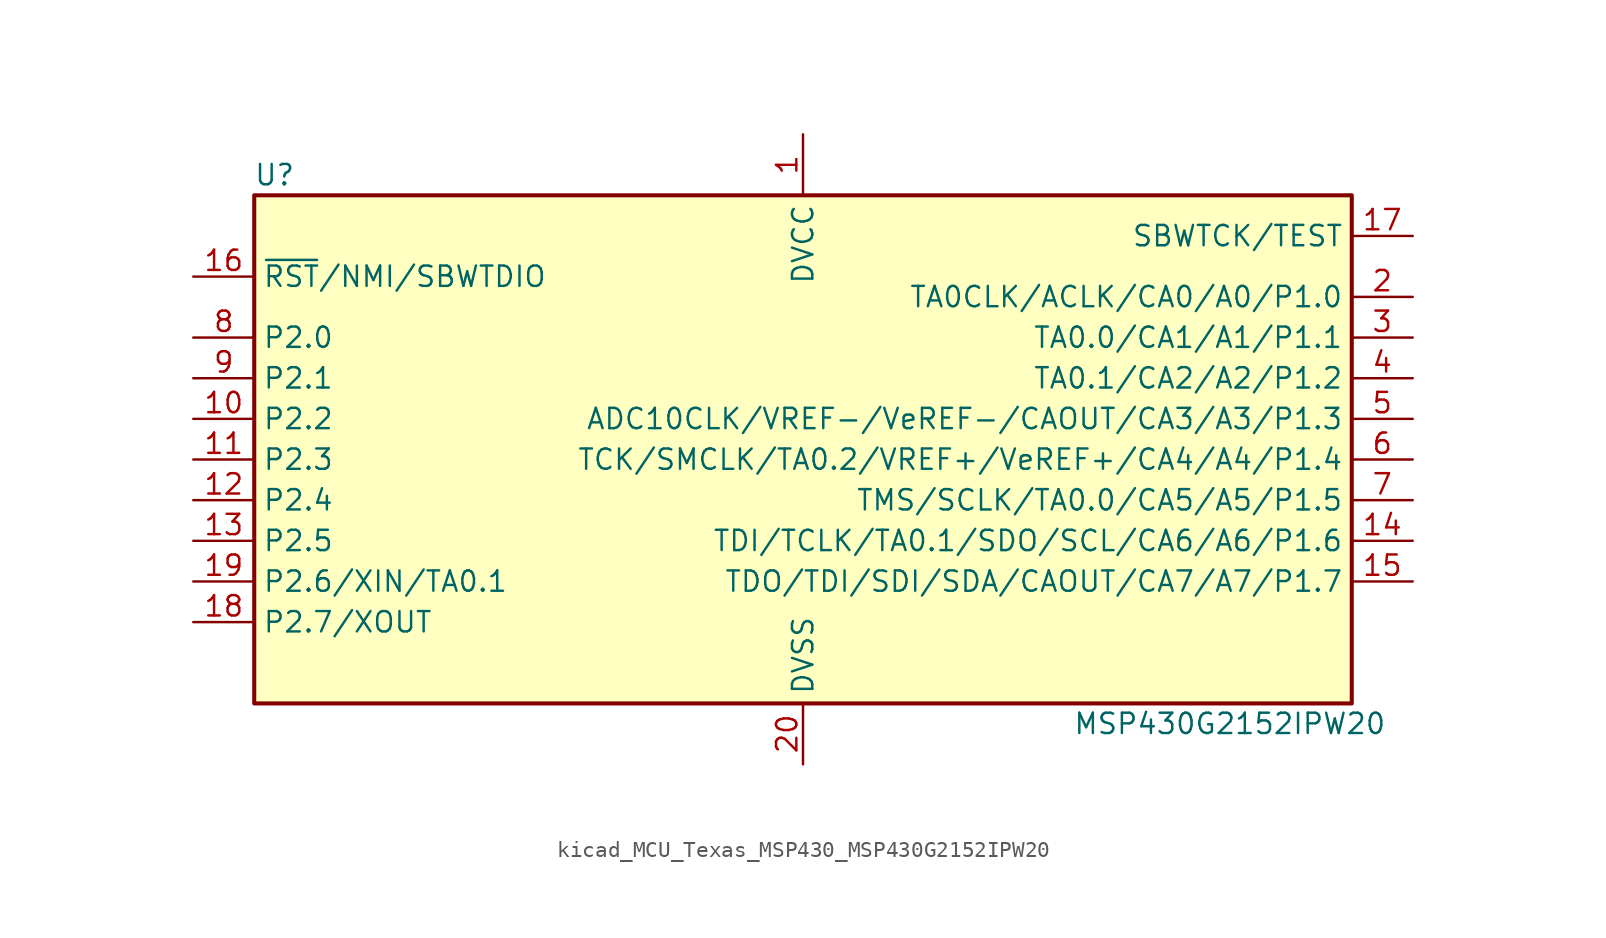
<source format=kicad_sym>
(kicad_symbol_lib
  (version 20220914)
  (generator kicad_symbol_editor)
  (symbol "kicad_MCU_Texas_MSP430_MSP430G2152IPW20"
    (property "Reference" "U"
      (at -33.02 17.78 0)
      (effects (font (size 1.27 1.27))))
    (property "Value" "MSP430G2152IPW20"
      (at 26.67 -16.51 0)
      (effects (font (size 1.27 1.27))))
    (symbol "kicad_MCU_Texas_MSP430_MSP430G2152IPW20_0_1"
      (rectangle (start -34.29 16.51) (end 34.29 -15.24) (stroke (width 0.254) (type default)) (fill (type background))))
    (symbol "kicad_MCU_Texas_MSP430_MSP430G2152IPW20_1_1"
      (pin power_in line (at 0 20.32 270) (length 3.81) (name "DVCC" (effects (font (size 1.27 1.27)))) (number "1" (effects (font (size 1.27 1.27)))))
      (pin bidirectional line (at -38.1 2.54 0) (length 3.81) (name "P2.2" (effects (font (size 1.27 1.27)))) (number "10" (effects (font (size 1.27 1.27)))))
      (pin bidirectional line (at -38.1 0 0) (length 3.81) (name "P2.3" (effects (font (size 1.27 1.27)))) (number "11" (effects (font (size 1.27 1.27)))))
      (pin bidirectional line (at -38.1 -2.54 0) (length 3.81) (name "P2.4" (effects (font (size 1.27 1.27)))) (number "12" (effects (font (size 1.27 1.27)))))
      (pin bidirectional line (at -38.1 -5.08 0) (length 3.81) (name "P2.5" (effects (font (size 1.27 1.27)))) (number "13" (effects (font (size 1.27 1.27)))))
      (pin bidirectional line (at 38.1 -5.08 180) (length 3.81) (name "TDI/TCLK/TA0.1/SDO/SCL/CA6/A6/P1.6" (effects (font (size 1.27 1.27)))) (number "14" (effects (font (size 1.27 1.27)))))
      (pin bidirectional line (at 38.1 -7.62 180) (length 3.81) (name "TDO/TDI/SDI/SDA/CAOUT/CA7/A7/P1.7" (effects (font (size 1.27 1.27)))) (number "15" (effects (font (size 1.27 1.27)))))
      (pin input line (at -38.1 11.43 0) (length 3.81) (name "~{RST}/NMI/SBWTDIO" (effects (font (size 1.27 1.27)))) (number "16" (effects (font (size 1.27 1.27)))))
      (pin input line (at 38.1 13.97 180) (length 3.81) (name "SBWTCK/TEST" (effects (font (size 1.27 1.27)))) (number "17" (effects (font (size 1.27 1.27)))))
      (pin bidirectional line (at -38.1 -10.16 0) (length 3.81) (name "P2.7/XOUT" (effects (font (size 1.27 1.27)))) (number "18" (effects (font (size 1.27 1.27)))))
      (pin bidirectional line (at -38.1 -7.62 0) (length 3.81) (name "P2.6/XIN/TA0.1" (effects (font (size 1.27 1.27)))) (number "19" (effects (font (size 1.27 1.27)))))
      (pin bidirectional line (at 38.1 10.16 180) (length 3.81) (name "TA0CLK/ACLK/CA0/A0/P1.0" (effects (font (size 1.27 1.27)))) (number "2" (effects (font (size 1.27 1.27)))))
      (pin power_in line (at 0 -19.05 90) (length 3.81) (name "DVSS" (effects (font (size 1.27 1.27)))) (number "20" (effects (font (size 1.27 1.27)))))
      (pin bidirectional line (at 38.1 7.62 180) (length 3.81) (name "TA0.0/CA1/A1/P1.1" (effects (font (size 1.27 1.27)))) (number "3" (effects (font (size 1.27 1.27)))))
      (pin bidirectional line (at 38.1 5.08 180) (length 3.81) (name "TA0.1/CA2/A2/P1.2" (effects (font (size 1.27 1.27)))) (number "4" (effects (font (size 1.27 1.27)))))
      (pin bidirectional line (at 38.1 2.54 180) (length 3.81) (name "ADC10CLK/VREF-/VeREF-/CAOUT/CA3/A3/P1.3" (effects (font (size 1.27 1.27)))) (number "5" (effects (font (size 1.27 1.27)))))
      (pin bidirectional line (at 38.1 0 180) (length 3.81) (name "TCK/SMCLK/TA0.2/VREF+/VeREF+/CA4/A4/P1.4" (effects (font (size 1.27 1.27)))) (number "6" (effects (font (size 1.27 1.27)))))
      (pin bidirectional line (at 38.1 -2.54 180) (length 3.81) (name "TMS/SCLK/TA0.0/CA5/A5/P1.5" (effects (font (size 1.27 1.27)))) (number "7" (effects (font (size 1.27 1.27)))))
      (pin bidirectional line (at -38.1 7.62 0) (length 3.81) (name "P2.0" (effects (font (size 1.27 1.27)))) (number "8" (effects (font (size 1.27 1.27)))))
      (pin bidirectional line (at -38.1 5.08 0) (length 3.81) (name "P2.1" (effects (font (size 1.27 1.27)))) (number "9" (effects (font (size 1.27 1.27))))))))
</source>
